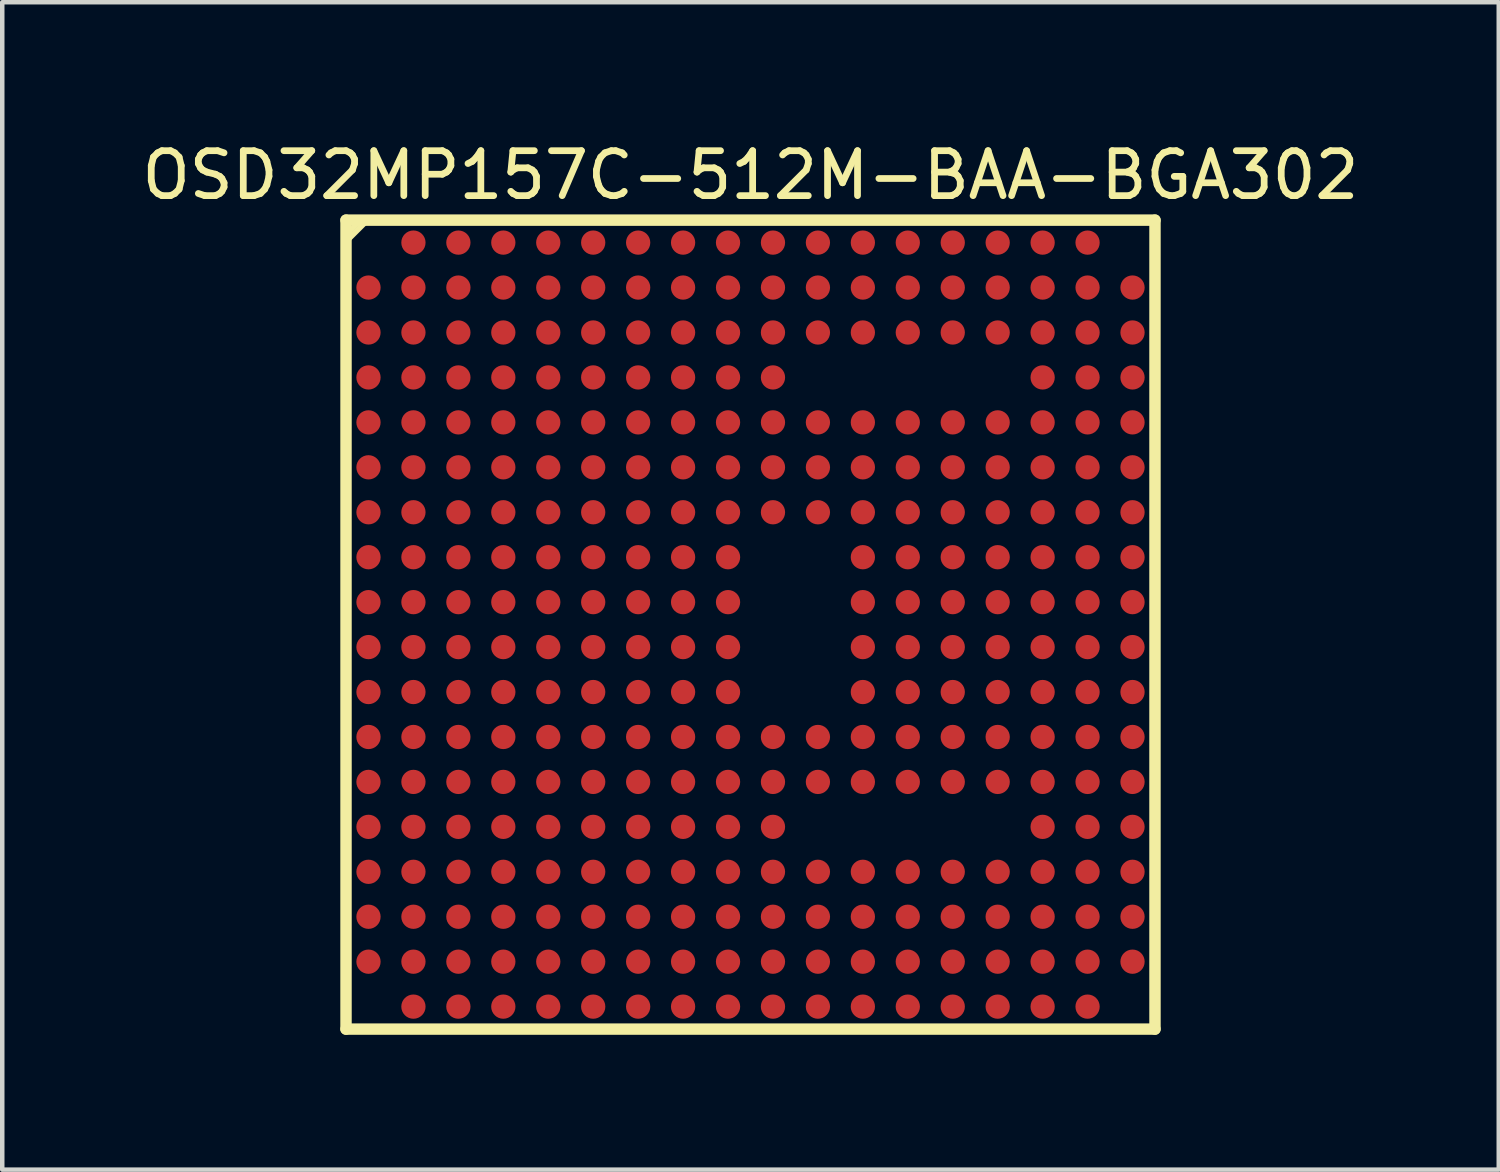
<source format=kicad_pcb>
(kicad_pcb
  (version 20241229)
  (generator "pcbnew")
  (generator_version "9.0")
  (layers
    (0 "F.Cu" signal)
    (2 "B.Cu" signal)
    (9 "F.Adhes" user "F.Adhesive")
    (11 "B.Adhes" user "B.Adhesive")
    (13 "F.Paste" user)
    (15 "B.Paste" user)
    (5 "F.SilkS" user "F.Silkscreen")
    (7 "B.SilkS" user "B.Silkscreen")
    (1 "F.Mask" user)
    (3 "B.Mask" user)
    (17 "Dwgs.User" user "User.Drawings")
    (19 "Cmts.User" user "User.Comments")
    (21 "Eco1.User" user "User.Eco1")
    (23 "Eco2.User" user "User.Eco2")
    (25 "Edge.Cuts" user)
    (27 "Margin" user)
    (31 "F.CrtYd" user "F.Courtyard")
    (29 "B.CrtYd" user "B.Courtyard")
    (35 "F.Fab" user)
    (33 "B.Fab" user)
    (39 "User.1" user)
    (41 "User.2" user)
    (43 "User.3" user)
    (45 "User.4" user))
  (footprint "OSD32MP157C-512M-BAA-BGA302"
    (layer "F.Cu")
    (at 13.649 10.848)
    (property "Reference" "OSD32MP157C-512M-BAA-BGA302" (at 0 -10 0) (layer "F.SilkS") (effects (font (size 1 1) (thickness 0.15))))
    (attr smd)
    (fp_line (start -9 -9) (end -9 9) (stroke (width 0.254) (type solid)) (layer "F.SilkS"))
    (fp_line (start -9 9) (end 9 9) (stroke (width 0.254) (type solid)) (layer "F.SilkS"))
    (fp_line (start -8.95 -8.72) (end -8.72 -8.95) (stroke (width 0.12) (type solid)) (layer "F.SilkS"))
    (fp_line (start -8.72 -8.95) (end -8.52 -8.97) (stroke (width 0.12) (type solid)) (layer "F.SilkS"))
    (fp_line (start -8.51 -9.01) (end -9.01 -8.51) (stroke (width 0.12) (type solid)) (layer "F.SilkS"))
    (fp_line (start 9 -9) (end -9 -9) (stroke (width 0.254) (type solid)) (layer "F.SilkS"))
    (fp_line (start 9 9) (end 9 -9) (stroke (width 0.254) (type solid)) (layer "F.SilkS"))
    (pad "A2" smd circle (at -7.5 -8.5) (size 0.54 0.54) (layers "F.Cu" "F.Mask" "F.Paste"))
    (pad "A3" smd circle (at -6.5 -8.5) (size 0.54 0.54) (layers "F.Cu" "F.Mask" "F.Paste"))
    (pad "A4" smd circle (at -5.5 -8.5) (size 0.54 0.54) (layers "F.Cu" "F.Mask" "F.Paste"))
    (pad "A5" smd circle (at -4.5 -8.5) (size 0.54 0.54) (layers "F.Cu" "F.Mask" "F.Paste"))
    (pad "A6" smd circle (at -3.5 -8.5) (size 0.54 0.54) (layers "F.Cu" "F.Mask" "F.Paste"))
    (pad "A7" smd circle (at -2.5 -8.5) (size 0.54 0.54) (layers "F.Cu" "F.Mask" "F.Paste"))
    (pad "A8" smd circle (at -1.5 -8.5) (size 0.54 0.54) (layers "F.Cu" "F.Mask" "F.Paste"))
    (pad "A9" smd circle (at -0.5 -8.5) (size 0.54 0.54) (layers "F.Cu" "F.Mask" "F.Paste"))
    (pad "A10" smd circle (at 0.5 -8.5) (size 0.54 0.54) (layers "F.Cu" "F.Mask" "F.Paste"))
    (pad "A11" smd circle (at 1.5 -8.5) (size 0.54 0.54) (layers "F.Cu" "F.Mask" "F.Paste"))
    (pad "A12" smd circle (at 2.5 -8.5) (size 0.54 0.54) (layers "F.Cu" "F.Mask" "F.Paste"))
    (pad "A13" smd circle (at 3.5 -8.5) (size 0.54 0.54) (layers "F.Cu" "F.Mask" "F.Paste"))
    (pad "A14" smd circle (at 4.5 -8.5) (size 0.54 0.54) (layers "F.Cu" "F.Mask" "F.Paste"))
    (pad "A15" smd circle (at 5.5 -8.5) (size 0.54 0.54) (layers "F.Cu" "F.Mask" "F.Paste"))
    (pad "A16" smd circle (at 6.5 -8.5) (size 0.54 0.54) (layers "F.Cu" "F.Mask" "F.Paste"))
    (pad "A17" smd circle (at 7.5 -8.5) (size 0.54 0.54) (layers "F.Cu" "F.Mask" "F.Paste"))
    (pad "B1" smd circle (at -8.5 -7.5) (size 0.54 0.54) (layers "F.Cu" "F.Mask" "F.Paste"))
    (pad "B2" smd circle (at -7.5 -7.5) (size 0.54 0.54) (layers "F.Cu" "F.Mask" "F.Paste"))
    (pad "B3" smd circle (at -6.5 -7.5) (size 0.54 0.54) (layers "F.Cu" "F.Mask" "F.Paste"))
    (pad "B4" smd circle (at -5.5 -7.5) (size 0.54 0.54) (layers "F.Cu" "F.Mask" "F.Paste"))
    (pad "B5" smd circle (at -4.5 -7.5) (size 0.54 0.54) (layers "F.Cu" "F.Mask" "F.Paste"))
    (pad "B6" smd circle (at -3.5 -7.5) (size 0.54 0.54) (layers "F.Cu" "F.Mask" "F.Paste"))
    (pad "B7" smd circle (at -2.5 -7.5) (size 0.54 0.54) (layers "F.Cu" "F.Mask" "F.Paste"))
    (pad "B8" smd circle (at -1.5 -7.5) (size 0.54 0.54) (layers "F.Cu" "F.Mask" "F.Paste"))
    (pad "B9" smd circle (at -0.5 -7.5) (size 0.54 0.54) (layers "F.Cu" "F.Mask" "F.Paste"))
    (pad "B10" smd circle (at 0.5 -7.5) (size 0.54 0.54) (layers "F.Cu" "F.Mask" "F.Paste"))
    (pad "B11" smd circle (at 1.5 -7.5) (size 0.54 0.54) (layers "F.Cu" "F.Mask" "F.Paste"))
    (pad "B12" smd circle (at 2.5 -7.5) (size 0.54 0.54) (layers "F.Cu" "F.Mask" "F.Paste"))
    (pad "B13" smd circle (at 3.5 -7.5) (size 0.54 0.54) (layers "F.Cu" "F.Mask" "F.Paste"))
    (pad "B14" smd circle (at 4.5 -7.5) (size 0.54 0.54) (layers "F.Cu" "F.Mask" "F.Paste"))
    (pad "B15" smd circle (at 5.5 -7.5) (size 0.54 0.54) (layers "F.Cu" "F.Mask" "F.Paste"))
    (pad "B16" smd circle (at 6.5 -7.5) (size 0.54 0.54) (layers "F.Cu" "F.Mask" "F.Paste"))
    (pad "B17" smd circle (at 7.5 -7.5) (size 0.54 0.54) (layers "F.Cu" "F.Mask" "F.Paste"))
    (pad "B18" smd circle (at 8.5 -7.5) (size 0.54 0.54) (layers "F.Cu" "F.Mask" "F.Paste"))
    (pad "C1" smd circle (at -8.5 -6.5) (size 0.54 0.54) (layers "F.Cu" "F.Mask" "F.Paste"))
    (pad "C2" smd circle (at -7.5 -6.5) (size 0.54 0.54) (layers "F.Cu" "F.Mask" "F.Paste"))
    (pad "C3" smd circle (at -6.5 -6.5) (size 0.54 0.54) (layers "F.Cu" "F.Mask" "F.Paste"))
    (pad "C4" smd circle (at -5.5 -6.5) (size 0.54 0.54) (layers "F.Cu" "F.Mask" "F.Paste"))
    (pad "C5" smd circle (at -4.5 -6.5) (size 0.54 0.54) (layers "F.Cu" "F.Mask" "F.Paste"))
    (pad "C6" smd circle (at -3.5 -6.5) (size 0.54 0.54) (layers "F.Cu" "F.Mask" "F.Paste"))
    (pad "C7" smd circle (at -2.5 -6.5) (size 0.54 0.54) (layers "F.Cu" "F.Mask" "F.Paste"))
    (pad "C8" smd circle (at -1.5 -6.5) (size 0.54 0.54) (layers "F.Cu" "F.Mask" "F.Paste"))
    (pad "C9" smd circle (at -0.5 -6.5) (size 0.54 0.54) (layers "F.Cu" "F.Mask" "F.Paste"))
    (pad "C10" smd circle (at 0.5 -6.5) (size 0.54 0.54) (layers "F.Cu" "F.Mask" "F.Paste"))
    (pad "C11" smd circle (at 1.5 -6.5) (size 0.54 0.54) (layers "F.Cu" "F.Mask" "F.Paste"))
    (pad "C12" smd circle (at 2.5 -6.5) (size 0.54 0.54) (layers "F.Cu" "F.Mask" "F.Paste"))
    (pad "C13" smd circle (at 3.5 -6.5) (size 0.54 0.54) (layers "F.Cu" "F.Mask" "F.Paste"))
    (pad "C14" smd circle (at 4.5 -6.5) (size 0.54 0.54) (layers "F.Cu" "F.Mask" "F.Paste"))
    (pad "C15" smd circle (at 5.5 -6.5) (size 0.54 0.54) (layers "F.Cu" "F.Mask" "F.Paste"))
    (pad "C16" smd circle (at 6.5 -6.5) (size 0.54 0.54) (layers "F.Cu" "F.Mask" "F.Paste"))
    (pad "C17" smd circle (at 7.5 -6.5) (size 0.54 0.54) (layers "F.Cu" "F.Mask" "F.Paste"))
    (pad "C18" smd circle (at 8.5 -6.5) (size 0.54 0.54) (layers "F.Cu" "F.Mask" "F.Paste"))
    (pad "D1" smd circle (at -8.5 -5.5) (size 0.54 0.54) (layers "F.Cu" "F.Mask" "F.Paste"))
    (pad "D2" smd circle (at -7.5 -5.5) (size 0.54 0.54) (layers "F.Cu" "F.Mask" "F.Paste"))
    (pad "D3" smd circle (at -6.5 -5.5) (size 0.54 0.54) (layers "F.Cu" "F.Mask" "F.Paste"))
    (pad "D4" smd circle (at -5.5 -5.5) (size 0.54 0.54) (layers "F.Cu" "F.Mask" "F.Paste"))
    (pad "D5" smd circle (at -4.5 -5.5) (size 0.54 0.54) (layers "F.Cu" "F.Mask" "F.Paste"))
    (pad "D6" smd circle (at -3.5 -5.5) (size 0.54 0.54) (layers "F.Cu" "F.Mask" "F.Paste"))
    (pad "D7" smd circle (at -2.5 -5.5) (size 0.54 0.54) (layers "F.Cu" "F.Mask" "F.Paste"))
    (pad "D8" smd circle (at -1.5 -5.5) (size 0.54 0.54) (layers "F.Cu" "F.Mask" "F.Paste"))
    (pad "D9" smd circle (at -0.5 -5.5) (size 0.54 0.54) (layers "F.Cu" "F.Mask" "F.Paste"))
    (pad "D10" smd circle (at 0.5 -5.5) (size 0.54 0.54) (layers "F.Cu" "F.Mask" "F.Paste"))
    (pad "D16" smd circle (at 6.5 -5.5) (size 0.54 0.54) (layers "F.Cu" "F.Mask" "F.Paste"))
    (pad "D17" smd circle (at 7.5 -5.5) (size 0.54 0.54) (layers "F.Cu" "F.Mask" "F.Paste"))
    (pad "D18" smd circle (at 8.5 -5.5) (size 0.54 0.54) (layers "F.Cu" "F.Mask" "F.Paste"))
    (pad "E1" smd circle (at -8.5 -4.5) (size 0.54 0.54) (layers "F.Cu" "F.Mask" "F.Paste"))
    (pad "E2" smd circle (at -7.5 -4.5) (size 0.54 0.54) (layers "F.Cu" "F.Mask" "F.Paste"))
    (pad "E3" smd circle (at -6.5 -4.5) (size 0.54 0.54) (layers "F.Cu" "F.Mask" "F.Paste"))
    (pad "E4" smd circle (at -5.5 -4.5) (size 0.54 0.54) (layers "F.Cu" "F.Mask" "F.Paste"))
    (pad "E5" smd circle (at -4.5 -4.5) (size 0.54 0.54) (layers "F.Cu" "F.Mask" "F.Paste"))
    (pad "E6" smd circle (at -3.5 -4.5) (size 0.54 0.54) (layers "F.Cu" "F.Mask" "F.Paste"))
    (pad "E7" smd circle (at -2.5 -4.5) (size 0.54 0.54) (layers "F.Cu" "F.Mask" "F.Paste"))
    (pad "E8" smd circle (at -1.5 -4.5) (size 0.54 0.54) (layers "F.Cu" "F.Mask" "F.Paste"))
    (pad "E9" smd circle (at -0.5 -4.5) (size 0.54 0.54) (layers "F.Cu" "F.Mask" "F.Paste"))
    (pad "E10" smd circle (at 0.5 -4.5) (size 0.54 0.54) (layers "F.Cu" "F.Mask" "F.Paste"))
    (pad "E11" smd circle (at 1.5 -4.5) (size 0.54 0.54) (layers "F.Cu" "F.Mask" "F.Paste"))
    (pad "E12" smd circle (at 2.5 -4.5) (size 0.54 0.54) (layers "F.Cu" "F.Mask" "F.Paste"))
    (pad "E13" smd circle (at 3.5 -4.5) (size 0.54 0.54) (layers "F.Cu" "F.Mask" "F.Paste"))
    (pad "E14" smd circle (at 4.5 -4.5) (size 0.54 0.54) (layers "F.Cu" "F.Mask" "F.Paste"))
    (pad "E15" smd circle (at 5.5 -4.5) (size 0.54 0.54) (layers "F.Cu" "F.Mask" "F.Paste"))
    (pad "E16" smd circle (at 6.5 -4.5) (size 0.54 0.54) (layers "F.Cu" "F.Mask" "F.Paste"))
    (pad "E17" smd circle (at 7.5 -4.5) (size 0.54 0.54) (layers "F.Cu" "F.Mask" "F.Paste"))
    (pad "E18" smd circle (at 8.5 -4.5) (size 0.54 0.54) (layers "F.Cu" "F.Mask" "F.Paste"))
    (pad "F1" smd circle (at -8.5 -3.5) (size 0.54 0.54) (layers "F.Cu" "F.Mask" "F.Paste"))
    (pad "F2" smd circle (at -7.5 -3.5) (size 0.54 0.54) (layers "F.Cu" "F.Mask" "F.Paste"))
    (pad "F3" smd circle (at -6.5 -3.5) (size 0.54 0.54) (layers "F.Cu" "F.Mask" "F.Paste"))
    (pad "F4" smd circle (at -5.5 -3.5) (size 0.54 0.54) (layers "F.Cu" "F.Mask" "F.Paste"))
    (pad "F5" smd circle (at -4.5 -3.5) (size 0.54 0.54) (layers "F.Cu" "F.Mask" "F.Paste"))
    (pad "F6" smd circle (at -3.5 -3.5) (size 0.54 0.54) (layers "F.Cu" "F.Mask" "F.Paste"))
    (pad "F7" smd circle (at -2.5 -3.5) (size 0.54 0.54) (layers "F.Cu" "F.Mask" "F.Paste"))
    (pad "F8" smd circle (at -1.5 -3.5) (size 0.54 0.54) (layers "F.Cu" "F.Mask" "F.Paste"))
    (pad "F9" smd circle (at -0.5 -3.5) (size 0.54 0.54) (layers "F.Cu" "F.Mask" "F.Paste"))
    (pad "F10" smd circle (at 0.5 -3.5) (size 0.54 0.54) (layers "F.Cu" "F.Mask" "F.Paste"))
    (pad "F11" smd circle (at 1.5 -3.5) (size 0.54 0.54) (layers "F.Cu" "F.Mask" "F.Paste"))
    (pad "F12" smd circle (at 2.5 -3.5) (size 0.54 0.54) (layers "F.Cu" "F.Mask" "F.Paste"))
    (pad "F13" smd circle (at 3.5 -3.5) (size 0.54 0.54) (layers "F.Cu" "F.Mask" "F.Paste"))
    (pad "F14" smd circle (at 4.5 -3.5) (size 0.54 0.54) (layers "F.Cu" "F.Mask" "F.Paste"))
    (pad "F15" smd circle (at 5.5 -3.5) (size 0.54 0.54) (layers "F.Cu" "F.Mask" "F.Paste"))
    (pad "F16" smd circle (at 6.5 -3.5) (size 0.54 0.54) (layers "F.Cu" "F.Mask" "F.Paste"))
    (pad "F17" smd circle (at 7.5 -3.5) (size 0.54 0.54) (layers "F.Cu" "F.Mask" "F.Paste"))
    (pad "F18" smd circle (at 8.5 -3.5) (size 0.54 0.54) (layers "F.Cu" "F.Mask" "F.Paste"))
    (pad "G1" smd circle (at -8.5 -2.5) (size 0.54 0.54) (layers "F.Cu" "F.Mask" "F.Paste"))
    (pad "G2" smd circle (at -7.5 -2.5) (size 0.54 0.54) (layers "F.Cu" "F.Mask" "F.Paste"))
    (pad "G3" smd circle (at -6.5 -2.5) (size 0.54 0.54) (layers "F.Cu" "F.Mask" "F.Paste"))
    (pad "G4" smd circle (at -5.5 -2.5) (size 0.54 0.54) (layers "F.Cu" "F.Mask" "F.Paste"))
    (pad "G5" smd circle (at -4.5 -2.5) (size 0.54 0.54) (layers "F.Cu" "F.Mask" "F.Paste"))
    (pad "G6" smd circle (at -3.5 -2.5) (size 0.54 0.54) (layers "F.Cu" "F.Mask" "F.Paste"))
    (pad "G7" smd circle (at -2.5 -2.5) (size 0.54 0.54) (layers "F.Cu" "F.Mask" "F.Paste"))
    (pad "G8" smd circle (at -1.5 -2.5) (size 0.54 0.54) (layers "F.Cu" "F.Mask" "F.Paste"))
    (pad "G9" smd circle (at -0.5 -2.5) (size 0.54 0.54) (layers "F.Cu" "F.Mask" "F.Paste"))
    (pad "G10" smd circle (at 0.5 -2.5) (size 0.54 0.54) (layers "F.Cu" "F.Mask" "F.Paste"))
    (pad "G11" smd circle (at 1.5 -2.5) (size 0.54 0.54) (layers "F.Cu" "F.Mask" "F.Paste"))
    (pad "G12" smd circle (at 2.5 -2.5) (size 0.54 0.54) (layers "F.Cu" "F.Mask" "F.Paste"))
    (pad "G13" smd circle (at 3.5 -2.5) (size 0.54 0.54) (layers "F.Cu" "F.Mask" "F.Paste"))
    (pad "G14" smd circle (at 4.5 -2.5) (size 0.54 0.54) (layers "F.Cu" "F.Mask" "F.Paste"))
    (pad "G15" smd circle (at 5.5 -2.5) (size 0.54 0.54) (layers "F.Cu" "F.Mask" "F.Paste"))
    (pad "G16" smd circle (at 6.5 -2.5) (size 0.54 0.54) (layers "F.Cu" "F.Mask" "F.Paste"))
    (pad "G17" smd circle (at 7.5 -2.5) (size 0.54 0.54) (layers "F.Cu" "F.Mask" "F.Paste"))
    (pad "G18" smd circle (at 8.5 -2.5) (size 0.54 0.54) (layers "F.Cu" "F.Mask" "F.Paste"))
    (pad "H1" smd circle (at -8.5 -1.5) (size 0.54 0.54) (layers "F.Cu" "F.Mask" "F.Paste"))
    (pad "H2" smd circle (at -7.5 -1.5) (size 0.54 0.54) (layers "F.Cu" "F.Mask" "F.Paste"))
    (pad "H3" smd circle (at -6.5 -1.5) (size 0.54 0.54) (layers "F.Cu" "F.Mask" "F.Paste"))
    (pad "H4" smd circle (at -5.5 -1.5) (size 0.54 0.54) (layers "F.Cu" "F.Mask" "F.Paste"))
    (pad "H5" smd circle (at -4.5 -1.5) (size 0.54 0.54) (layers "F.Cu" "F.Mask" "F.Paste"))
    (pad "H6" smd circle (at -3.5 -1.5) (size 0.54 0.54) (layers "F.Cu" "F.Mask" "F.Paste"))
    (pad "H7" smd circle (at -2.5 -1.5) (size 0.54 0.54) (layers "F.Cu" "F.Mask" "F.Paste"))
    (pad "H8" smd circle (at -1.5 -1.5) (size 0.54 0.54) (layers "F.Cu" "F.Mask" "F.Paste"))
    (pad "H9" smd circle (at -0.5 -1.5) (size 0.54 0.54) (layers "F.Cu" "F.Mask" "F.Paste"))
    (pad "H12" smd circle (at 2.5 -1.5) (size 0.54 0.54) (layers "F.Cu" "F.Mask" "F.Paste"))
    (pad "H13" smd circle (at 3.5 -1.5) (size 0.54 0.54) (layers "F.Cu" "F.Mask" "F.Paste"))
    (pad "H14" smd circle (at 4.5 -1.5) (size 0.54 0.54) (layers "F.Cu" "F.Mask" "F.Paste"))
    (pad "H15" smd circle (at 5.5 -1.5) (size 0.54 0.54) (layers "F.Cu" "F.Mask" "F.Paste"))
    (pad "H16" smd circle (at 6.5 -1.5) (size 0.54 0.54) (layers "F.Cu" "F.Mask" "F.Paste"))
    (pad "H17" smd circle (at 7.5 -1.5) (size 0.54 0.54) (layers "F.Cu" "F.Mask" "F.Paste"))
    (pad "H18" smd circle (at 8.5 -1.5) (size 0.54 0.54) (layers "F.Cu" "F.Mask" "F.Paste"))
    (pad "J1" smd circle (at -8.5 -0.5) (size 0.54 0.54) (layers "F.Cu" "F.Mask" "F.Paste"))
    (pad "J2" smd circle (at -7.5 -0.5) (size 0.54 0.54) (layers "F.Cu" "F.Mask" "F.Paste"))
    (pad "J3" smd circle (at -6.5 -0.5) (size 0.54 0.54) (layers "F.Cu" "F.Mask" "F.Paste"))
    (pad "J4" smd circle (at -5.5 -0.5) (size 0.54 0.54) (layers "F.Cu" "F.Mask" "F.Paste"))
    (pad "J5" smd circle (at -4.5 -0.5) (size 0.54 0.54) (layers "F.Cu" "F.Mask" "F.Paste"))
    (pad "J6" smd circle (at -3.5 -0.5) (size 0.54 0.54) (layers "F.Cu" "F.Mask" "F.Paste"))
    (pad "J7" smd circle (at -2.5 -0.5) (size 0.54 0.54) (layers "F.Cu" "F.Mask" "F.Paste"))
    (pad "J8" smd circle (at -1.5 -0.5) (size 0.54 0.54) (layers "F.Cu" "F.Mask" "F.Paste"))
    (pad "J9" smd circle (at -0.5 -0.5) (size 0.54 0.54) (layers "F.Cu" "F.Mask" "F.Paste"))
    (pad "J12" smd circle (at 2.5 -0.5) (size 0.54 0.54) (layers "F.Cu" "F.Mask" "F.Paste"))
    (pad "J13" smd circle (at 3.5 -0.5) (size 0.54 0.54) (layers "F.Cu" "F.Mask" "F.Paste"))
    (pad "J14" smd circle (at 4.5 -0.5) (size 0.54 0.54) (layers "F.Cu" "F.Mask" "F.Paste"))
    (pad "J15" smd circle (at 5.5 -0.5) (size 0.54 0.54) (layers "F.Cu" "F.Mask" "F.Paste"))
    (pad "J16" smd circle (at 6.5 -0.5) (size 0.54 0.54) (layers "F.Cu" "F.Mask" "F.Paste"))
    (pad "J17" smd circle (at 7.5 -0.5) (size 0.54 0.54) (layers "F.Cu" "F.Mask" "F.Paste"))
    (pad "J18" smd circle (at 8.5 -0.5) (size 0.54 0.54) (layers "F.Cu" "F.Mask" "F.Paste"))
    (pad "K1" smd circle (at -8.5 0.5) (size 0.54 0.54) (layers "F.Cu" "F.Mask" "F.Paste"))
    (pad "K2" smd circle (at -7.5 0.5) (size 0.54 0.54) (layers "F.Cu" "F.Mask" "F.Paste"))
    (pad "K3" smd circle (at -6.5 0.5) (size 0.54 0.54) (layers "F.Cu" "F.Mask" "F.Paste"))
    (pad "K4" smd circle (at -5.5 0.5) (size 0.54 0.54) (layers "F.Cu" "F.Mask" "F.Paste"))
    (pad "K5" smd circle (at -4.5 0.5) (size 0.54 0.54) (layers "F.Cu" "F.Mask" "F.Paste"))
    (pad "K6" smd circle (at -3.5 0.5) (size 0.54 0.54) (layers "F.Cu" "F.Mask" "F.Paste"))
    (pad "K7" smd circle (at -2.5 0.5) (size 0.54 0.54) (layers "F.Cu" "F.Mask" "F.Paste"))
    (pad "K8" smd circle (at -1.5 0.5) (size 0.54 0.54) (layers "F.Cu" "F.Mask" "F.Paste"))
    (pad "K9" smd circle (at -0.5 0.5) (size 0.54 0.54) (layers "F.Cu" "F.Mask" "F.Paste"))
    (pad "K12" smd circle (at 2.5 0.5) (size 0.54 0.54) (layers "F.Cu" "F.Mask" "F.Paste"))
    (pad "K13" smd circle (at 3.5 0.5) (size 0.54 0.54) (layers "F.Cu" "F.Mask" "F.Paste"))
    (pad "K14" smd circle (at 4.5 0.5) (size 0.54 0.54) (layers "F.Cu" "F.Mask" "F.Paste"))
    (pad "K15" smd circle (at 5.5 0.5) (size 0.54 0.54) (layers "F.Cu" "F.Mask" "F.Paste"))
    (pad "K16" smd circle (at 6.5 0.5) (size 0.54 0.54) (layers "F.Cu" "F.Mask" "F.Paste"))
    (pad "K17" smd circle (at 7.5 0.5) (size 0.54 0.54) (layers "F.Cu" "F.Mask" "F.Paste"))
    (pad "K18" smd circle (at 8.5 0.5) (size 0.54 0.54) (layers "F.Cu" "F.Mask" "F.Paste"))
    (pad "L1" smd circle (at -8.5 1.5) (size 0.54 0.54) (layers "F.Cu" "F.Mask" "F.Paste"))
    (pad "L2" smd circle (at -7.5 1.5) (size 0.54 0.54) (layers "F.Cu" "F.Mask" "F.Paste"))
    (pad "L3" smd circle (at -6.5 1.5) (size 0.54 0.54) (layers "F.Cu" "F.Mask" "F.Paste"))
    (pad "L4" smd circle (at -5.5 1.5) (size 0.54 0.54) (layers "F.Cu" "F.Mask" "F.Paste"))
    (pad "L5" smd circle (at -4.5 1.5) (size 0.54 0.54) (layers "F.Cu" "F.Mask" "F.Paste"))
    (pad "L6" smd circle (at -3.5 1.5) (size 0.54 0.54) (layers "F.Cu" "F.Mask" "F.Paste"))
    (pad "L7" smd circle (at -2.5 1.5) (size 0.54 0.54) (layers "F.Cu" "F.Mask" "F.Paste"))
    (pad "L8" smd circle (at -1.5 1.5) (size 0.54 0.54) (layers "F.Cu" "F.Mask" "F.Paste"))
    (pad "L9" smd circle (at -0.5 1.5) (size 0.54 0.54) (layers "F.Cu" "F.Mask" "F.Paste"))
    (pad "L12" smd circle (at 2.5 1.5) (size 0.54 0.54) (layers "F.Cu" "F.Mask" "F.Paste"))
    (pad "L13" smd circle (at 3.5 1.5) (size 0.54 0.54) (layers "F.Cu" "F.Mask" "F.Paste"))
    (pad "L14" smd circle (at 4.5 1.5) (size 0.54 0.54) (layers "F.Cu" "F.Mask" "F.Paste"))
    (pad "L15" smd circle (at 5.5 1.5) (size 0.54 0.54) (layers "F.Cu" "F.Mask" "F.Paste"))
    (pad "L16" smd circle (at 6.5 1.5) (size 0.54 0.54) (layers "F.Cu" "F.Mask" "F.Paste"))
    (pad "L17" smd circle (at 7.5 1.5) (size 0.54 0.54) (layers "F.Cu" "F.Mask" "F.Paste"))
    (pad "L18" smd circle (at 8.5 1.5) (size 0.54 0.54) (layers "F.Cu" "F.Mask" "F.Paste"))
    (pad "M1" smd circle (at -8.5 2.5) (size 0.54 0.54) (layers "F.Cu" "F.Mask" "F.Paste"))
    (pad "M2" smd circle (at -7.5 2.5) (size 0.54 0.54) (layers "F.Cu" "F.Mask" "F.Paste"))
    (pad "M3" smd circle (at -6.5 2.5) (size 0.54 0.54) (layers "F.Cu" "F.Mask" "F.Paste"))
    (pad "M4" smd circle (at -5.5 2.5) (size 0.54 0.54) (layers "F.Cu" "F.Mask" "F.Paste"))
    (pad "M5" smd circle (at -4.5 2.5) (size 0.54 0.54) (layers "F.Cu" "F.Mask" "F.Paste"))
    (pad "M6" smd circle (at -3.5 2.5) (size 0.54 0.54) (layers "F.Cu" "F.Mask" "F.Paste"))
    (pad "M7" smd circle (at -2.5 2.5) (size 0.54 0.54) (layers "F.Cu" "F.Mask" "F.Paste"))
    (pad "M8" smd circle (at -1.5 2.5) (size 0.54 0.54) (layers "F.Cu" "F.Mask" "F.Paste"))
    (pad "M9" smd circle (at -0.5 2.5) (size 0.54 0.54) (layers "F.Cu" "F.Mask" "F.Paste"))
    (pad "M10" smd circle (at 0.5 2.5) (size 0.54 0.54) (layers "F.Cu" "F.Mask" "F.Paste"))
    (pad "M11" smd circle (at 1.5 2.5) (size 0.54 0.54) (layers "F.Cu" "F.Mask" "F.Paste"))
    (pad "M12" smd circle (at 2.5 2.5) (size 0.54 0.54) (layers "F.Cu" "F.Mask" "F.Paste"))
    (pad "M13" smd circle (at 3.5 2.5) (size 0.54 0.54) (layers "F.Cu" "F.Mask" "F.Paste"))
    (pad "M14" smd circle (at 4.5 2.5) (size 0.54 0.54) (layers "F.Cu" "F.Mask" "F.Paste"))
    (pad "M15" smd circle (at 5.5 2.5) (size 0.54 0.54) (layers "F.Cu" "F.Mask" "F.Paste"))
    (pad "M16" smd circle (at 6.5 2.5) (size 0.54 0.54) (layers "F.Cu" "F.Mask" "F.Paste"))
    (pad "M17" smd circle (at 7.5 2.5) (size 0.54 0.54) (layers "F.Cu" "F.Mask" "F.Paste"))
    (pad "M18" smd circle (at 8.5 2.5) (size 0.54 0.54) (layers "F.Cu" "F.Mask" "F.Paste"))
    (pad "N1" smd circle (at -8.5 3.5) (size 0.54 0.54) (layers "F.Cu" "F.Mask" "F.Paste"))
    (pad "N2" smd circle (at -7.5 3.5) (size 0.54 0.54) (layers "F.Cu" "F.Mask" "F.Paste"))
    (pad "N3" smd circle (at -6.5 3.5) (size 0.54 0.54) (layers "F.Cu" "F.Mask" "F.Paste"))
    (pad "N4" smd circle (at -5.5 3.5) (size 0.54 0.54) (layers "F.Cu" "F.Mask" "F.Paste"))
    (pad "N5" smd circle (at -4.5 3.5) (size 0.54 0.54) (layers "F.Cu" "F.Mask" "F.Paste"))
    (pad "N6" smd circle (at -3.5 3.5) (size 0.54 0.54) (layers "F.Cu" "F.Mask" "F.Paste"))
    (pad "N7" smd circle (at -2.5 3.5) (size 0.54 0.54) (layers "F.Cu" "F.Mask" "F.Paste"))
    (pad "N8" smd circle (at -1.5 3.5) (size 0.54 0.54) (layers "F.Cu" "F.Mask" "F.Paste"))
    (pad "N9" smd circle (at -0.5 3.5) (size 0.54 0.54) (layers "F.Cu" "F.Mask" "F.Paste"))
    (pad "N10" smd circle (at 0.5 3.5) (size 0.54 0.54) (layers "F.Cu" "F.Mask" "F.Paste"))
    (pad "N11" smd circle (at 1.5 3.5) (size 0.54 0.54) (layers "F.Cu" "F.Mask" "F.Paste"))
    (pad "N12" smd circle (at 2.5 3.5) (size 0.54 0.54) (layers "F.Cu" "F.Mask" "F.Paste"))
    (pad "N13" smd circle (at 3.5 3.5) (size 0.54 0.54) (layers "F.Cu" "F.Mask" "F.Paste"))
    (pad "N14" smd circle (at 4.5 3.5) (size 0.54 0.54) (layers "F.Cu" "F.Mask" "F.Paste"))
    (pad "N15" smd circle (at 5.5 3.5) (size 0.54 0.54) (layers "F.Cu" "F.Mask" "F.Paste"))
    (pad "N16" smd circle (at 6.5 3.5) (size 0.54 0.54) (layers "F.Cu" "F.Mask" "F.Paste"))
    (pad "N17" smd circle (at 7.5 3.5) (size 0.54 0.54) (layers "F.Cu" "F.Mask" "F.Paste"))
    (pad "N18" smd circle (at 8.5 3.5) (size 0.54 0.54) (layers "F.Cu" "F.Mask" "F.Paste"))
    (pad "P1" smd circle (at -8.5 4.5) (size 0.54 0.54) (layers "F.Cu" "F.Mask" "F.Paste"))
    (pad "P2" smd circle (at -7.5 4.5) (size 0.54 0.54) (layers "F.Cu" "F.Mask" "F.Paste"))
    (pad "P3" smd circle (at -6.5 4.5) (size 0.54 0.54) (layers "F.Cu" "F.Mask" "F.Paste"))
    (pad "P4" smd circle (at -5.5 4.5) (size 0.54 0.54) (layers "F.Cu" "F.Mask" "F.Paste"))
    (pad "P5" smd circle (at -4.5 4.5) (size 0.54 0.54) (layers "F.Cu" "F.Mask" "F.Paste"))
    (pad "P6" smd circle (at -3.5 4.5) (size 0.54 0.54) (layers "F.Cu" "F.Mask" "F.Paste"))
    (pad "P7" smd circle (at -2.5 4.5) (size 0.54 0.54) (layers "F.Cu" "F.Mask" "F.Paste"))
    (pad "P8" smd circle (at -1.5 4.5) (size 0.54 0.54) (layers "F.Cu" "F.Mask" "F.Paste"))
    (pad "P9" smd circle (at -0.5 4.5) (size 0.54 0.54) (layers "F.Cu" "F.Mask" "F.Paste"))
    (pad "P10" smd circle (at 0.5 4.5) (size 0.54 0.54) (layers "F.Cu" "F.Mask" "F.Paste"))
    (pad "P16" smd circle (at 6.5 4.5) (size 0.54 0.54) (layers "F.Cu" "F.Mask" "F.Paste"))
    (pad "P17" smd circle (at 7.5 4.5) (size 0.54 0.54) (layers "F.Cu" "F.Mask" "F.Paste"))
    (pad "P18" smd circle (at 8.5 4.5) (size 0.54 0.54) (layers "F.Cu" "F.Mask" "F.Paste"))
    (pad "R1" smd circle (at -8.5 5.5) (size 0.54 0.54) (layers "F.Cu" "F.Mask" "F.Paste"))
    (pad "R2" smd circle (at -7.5 5.5) (size 0.54 0.54) (layers "F.Cu" "F.Mask" "F.Paste"))
    (pad "R3" smd circle (at -6.5 5.5) (size 0.54 0.54) (layers "F.Cu" "F.Mask" "F.Paste"))
    (pad "R4" smd circle (at -5.5 5.5) (size 0.54 0.54) (layers "F.Cu" "F.Mask" "F.Paste"))
    (pad "R5" smd circle (at -4.5 5.5) (size 0.54 0.54) (layers "F.Cu" "F.Mask" "F.Paste"))
    (pad "R6" smd circle (at -3.5 5.5) (size 0.54 0.54) (layers "F.Cu" "F.Mask" "F.Paste"))
    (pad "R7" smd circle (at -2.5 5.5) (size 0.54 0.54) (layers "F.Cu" "F.Mask" "F.Paste"))
    (pad "R8" smd circle (at -1.5 5.5) (size 0.54 0.54) (layers "F.Cu" "F.Mask" "F.Paste"))
    (pad "R9" smd circle (at -0.5 5.5) (size 0.54 0.54) (layers "F.Cu" "F.Mask" "F.Paste"))
    (pad "R10" smd circle (at 0.5 5.5) (size 0.54 0.54) (layers "F.Cu" "F.Mask" "F.Paste"))
    (pad "R11" smd circle (at 1.5 5.5) (size 0.54 0.54) (layers "F.Cu" "F.Mask" "F.Paste"))
    (pad "R12" smd circle (at 2.5 5.5) (size 0.54 0.54) (layers "F.Cu" "F.Mask" "F.Paste"))
    (pad "R13" smd circle (at 3.5 5.5) (size 0.54 0.54) (layers "F.Cu" "F.Mask" "F.Paste"))
    (pad "R14" smd circle (at 4.5 5.5) (size 0.54 0.54) (layers "F.Cu" "F.Mask" "F.Paste"))
    (pad "R15" smd circle (at 5.5 5.5) (size 0.54 0.54) (layers "F.Cu" "F.Mask" "F.Paste"))
    (pad "R16" smd circle (at 6.5 5.5) (size 0.54 0.54) (layers "F.Cu" "F.Mask" "F.Paste"))
    (pad "R17" smd circle (at 7.5 5.5) (size 0.54 0.54) (layers "F.Cu" "F.Mask" "F.Paste"))
    (pad "R18" smd circle (at 8.5 5.5) (size 0.54 0.54) (layers "F.Cu" "F.Mask" "F.Paste"))
    (pad "T1" smd circle (at -8.5 6.5) (size 0.54 0.54) (layers "F.Cu" "F.Mask" "F.Paste"))
    (pad "T2" smd circle (at -7.5 6.5) (size 0.54 0.54) (layers "F.Cu" "F.Mask" "F.Paste"))
    (pad "T3" smd circle (at -6.5 6.5) (size 0.54 0.54) (layers "F.Cu" "F.Mask" "F.Paste"))
    (pad "T4" smd circle (at -5.5 6.5) (size 0.54 0.54) (layers "F.Cu" "F.Mask" "F.Paste"))
    (pad "T5" smd circle (at -4.5 6.5) (size 0.54 0.54) (layers "F.Cu" "F.Mask" "F.Paste"))
    (pad "T6" smd circle (at -3.5 6.5) (size 0.54 0.54) (layers "F.Cu" "F.Mask" "F.Paste"))
    (pad "T7" smd circle (at -2.5 6.5) (size 0.54 0.54) (layers "F.Cu" "F.Mask" "F.Paste"))
    (pad "T8" smd circle (at -1.5 6.5) (size 0.54 0.54) (layers "F.Cu" "F.Mask" "F.Paste"))
    (pad "T9" smd circle (at -0.5 6.5) (size 0.54 0.54) (layers "F.Cu" "F.Mask" "F.Paste"))
    (pad "T10" smd circle (at 0.5 6.5) (size 0.54 0.54) (layers "F.Cu" "F.Mask" "F.Paste"))
    (pad "T11" smd circle (at 1.5 6.5) (size 0.54 0.54) (layers "F.Cu" "F.Mask" "F.Paste"))
    (pad "T12" smd circle (at 2.5 6.5) (size 0.54 0.54) (layers "F.Cu" "F.Mask" "F.Paste"))
    (pad "T13" smd circle (at 3.5 6.5) (size 0.54 0.54) (layers "F.Cu" "F.Mask" "F.Paste"))
    (pad "T14" smd circle (at 4.5 6.5) (size 0.54 0.54) (layers "F.Cu" "F.Mask" "F.Paste"))
    (pad "T15" smd circle (at 5.5 6.5) (size 0.54 0.54) (layers "F.Cu" "F.Mask" "F.Paste"))
    (pad "T16" smd circle (at 6.5 6.5) (size 0.54 0.54) (layers "F.Cu" "F.Mask" "F.Paste"))
    (pad "T17" smd circle (at 7.5 6.5) (size 0.54 0.54) (layers "F.Cu" "F.Mask" "F.Paste"))
    (pad "T18" smd circle (at 8.5 6.5) (size 0.54 0.54) (layers "F.Cu" "F.Mask" "F.Paste"))
    (pad "U1" smd circle (at -8.5 7.5) (size 0.54 0.54) (layers "F.Cu" "F.Mask" "F.Paste"))
    (pad "U2" smd circle (at -7.5 7.5) (size 0.54 0.54) (layers "F.Cu" "F.Mask" "F.Paste"))
    (pad "U3" smd circle (at -6.5 7.5) (size 0.54 0.54) (layers "F.Cu" "F.Mask" "F.Paste"))
    (pad "U4" smd circle (at -5.5 7.5) (size 0.54 0.54) (layers "F.Cu" "F.Mask" "F.Paste"))
    (pad "U5" smd circle (at -4.5 7.5) (size 0.54 0.54) (layers "F.Cu" "F.Mask" "F.Paste"))
    (pad "U6" smd circle (at -3.5 7.5) (size 0.54 0.54) (layers "F.Cu" "F.Mask" "F.Paste"))
    (pad "U7" smd circle (at -2.5 7.5) (size 0.54 0.54) (layers "F.Cu" "F.Mask" "F.Paste"))
    (pad "U8" smd circle (at -1.5 7.5) (size 0.54 0.54) (layers "F.Cu" "F.Mask" "F.Paste"))
    (pad "U9" smd circle (at -0.5 7.5) (size 0.54 0.54) (layers "F.Cu" "F.Mask" "F.Paste"))
    (pad "U10" smd circle (at 0.5 7.5) (size 0.54 0.54) (layers "F.Cu" "F.Mask" "F.Paste"))
    (pad "U11" smd circle (at 1.5 7.5) (size 0.54 0.54) (layers "F.Cu" "F.Mask" "F.Paste"))
    (pad "U12" smd circle (at 2.5 7.5) (size 0.54 0.54) (layers "F.Cu" "F.Mask" "F.Paste"))
    (pad "U13" smd circle (at 3.5 7.5) (size 0.54 0.54) (layers "F.Cu" "F.Mask" "F.Paste"))
    (pad "U14" smd circle (at 4.5 7.5) (size 0.54 0.54) (layers "F.Cu" "F.Mask" "F.Paste"))
    (pad "U15" smd circle (at 5.5 7.5) (size 0.54 0.54) (layers "F.Cu" "F.Mask" "F.Paste"))
    (pad "U16" smd circle (at 6.5 7.5) (size 0.54 0.54) (layers "F.Cu" "F.Mask" "F.Paste"))
    (pad "U17" smd circle (at 7.5 7.5) (size 0.54 0.54) (layers "F.Cu" "F.Mask" "F.Paste"))
    (pad "U18" smd circle (at 8.5 7.5) (size 0.54 0.54) (layers "F.Cu" "F.Mask" "F.Paste"))
    (pad "V2" smd circle (at -7.5 8.5) (size 0.54 0.54) (layers "F.Cu" "F.Mask" "F.Paste"))
    (pad "V3" smd circle (at -6.5 8.5) (size 0.54 0.54) (layers "F.Cu" "F.Mask" "F.Paste"))
    (pad "V4" smd circle (at -5.5 8.5) (size 0.54 0.54) (layers "F.Cu" "F.Mask" "F.Paste"))
    (pad "V5" smd circle (at -4.5 8.5) (size 0.54 0.54) (layers "F.Cu" "F.Mask" "F.Paste"))
    (pad "V6" smd circle (at -3.5 8.5) (size 0.54 0.54) (layers "F.Cu" "F.Mask" "F.Paste"))
    (pad "V7" smd circle (at -2.5 8.5) (size 0.54 0.54) (layers "F.Cu" "F.Mask" "F.Paste"))
    (pad "V8" smd circle (at -1.5 8.5) (size 0.54 0.54) (layers "F.Cu" "F.Mask" "F.Paste"))
    (pad "V9" smd circle (at -0.5 8.5) (size 0.54 0.54) (layers "F.Cu" "F.Mask" "F.Paste"))
    (pad "V10" smd circle (at 0.5 8.5) (size 0.54 0.54) (layers "F.Cu" "F.Mask" "F.Paste"))
    (pad "V11" smd circle (at 1.5 8.5) (size 0.54 0.54) (layers "F.Cu" "F.Mask" "F.Paste"))
    (pad "V12" smd circle (at 2.5 8.5) (size 0.54 0.54) (layers "F.Cu" "F.Mask" "F.Paste"))
    (pad "V13" smd circle (at 3.5 8.5) (size 0.54 0.54) (layers "F.Cu" "F.Mask" "F.Paste"))
    (pad "V14" smd circle (at 4.5 8.5) (size 0.54 0.54) (layers "F.Cu" "F.Mask" "F.Paste"))
    (pad "V15" smd circle (at 5.5 8.5) (size 0.54 0.54) (layers "F.Cu" "F.Mask" "F.Paste"))
    (pad "V16" smd circle (at 6.5 8.5) (size 0.54 0.54) (layers "F.Cu" "F.Mask" "F.Paste"))
    (pad "V17" smd circle (at 7.5 8.5) (size 0.54 0.54) (layers "F.Cu" "F.Mask" "F.Paste")))
  (gr_rect
    (start -3 -3)
    (end 30.298 22.975)
    (stroke (width 0.1) (type default))
    (fill no)
    (layer "Edge.Cuts")))
</source>
